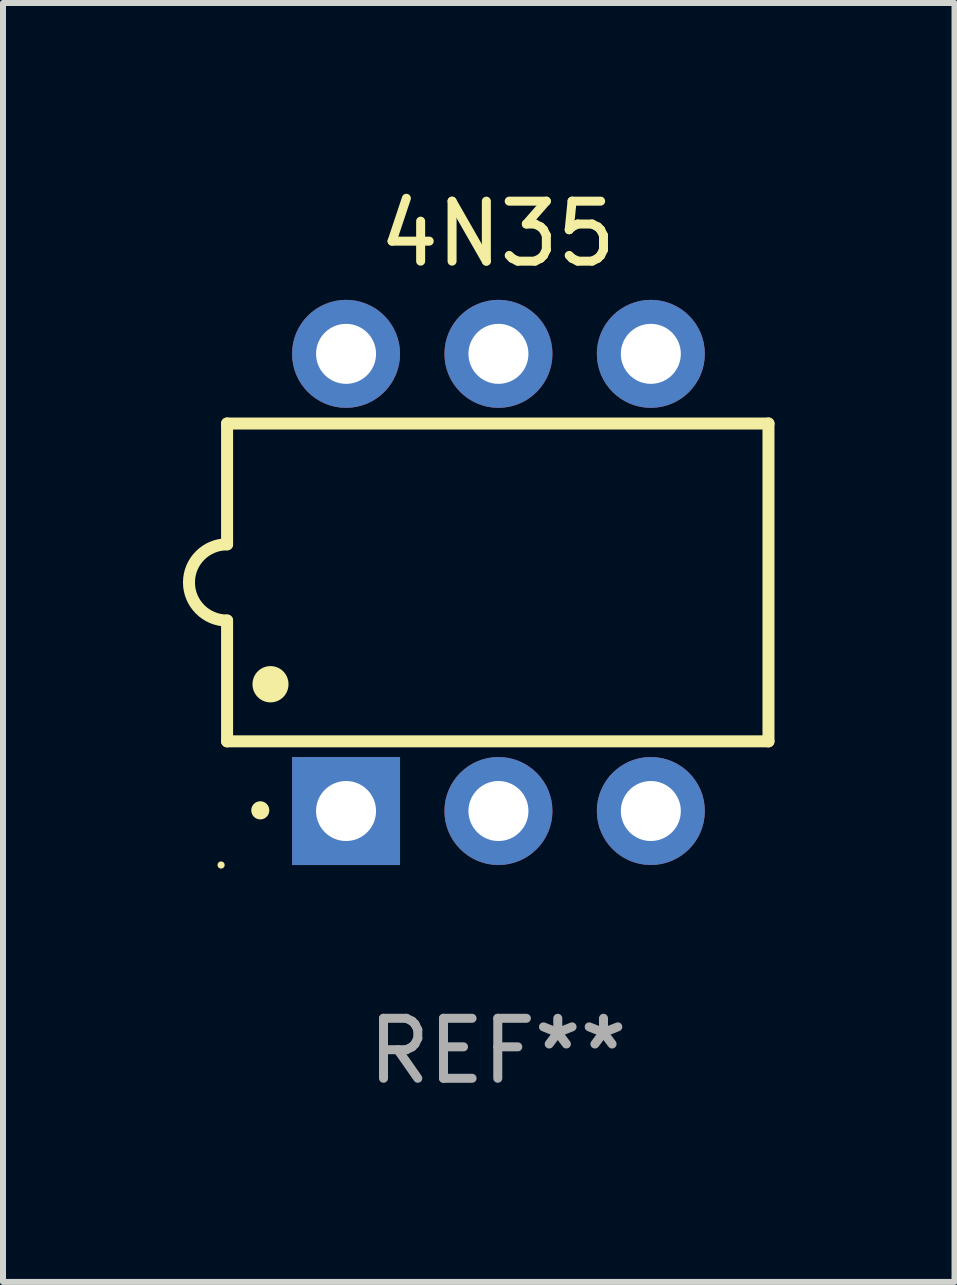
<source format=kicad_pcb>
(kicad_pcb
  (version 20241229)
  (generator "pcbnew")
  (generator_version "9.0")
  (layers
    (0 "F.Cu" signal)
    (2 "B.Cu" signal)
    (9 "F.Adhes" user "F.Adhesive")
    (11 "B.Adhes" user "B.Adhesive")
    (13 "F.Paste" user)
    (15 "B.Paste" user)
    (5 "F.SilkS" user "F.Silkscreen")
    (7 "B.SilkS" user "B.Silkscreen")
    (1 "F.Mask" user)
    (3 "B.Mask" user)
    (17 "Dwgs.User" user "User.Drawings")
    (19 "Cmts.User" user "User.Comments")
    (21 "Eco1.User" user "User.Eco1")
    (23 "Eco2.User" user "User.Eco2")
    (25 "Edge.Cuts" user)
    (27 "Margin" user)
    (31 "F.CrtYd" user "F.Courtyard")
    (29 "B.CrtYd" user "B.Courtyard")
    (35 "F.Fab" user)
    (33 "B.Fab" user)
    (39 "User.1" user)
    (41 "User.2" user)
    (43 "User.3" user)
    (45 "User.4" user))
  (footprint "4N35"
    (layer "F.Cu")
    (at 5.247 6.658)
    (property "Reference" "4N35" (at 0 -5.81 0) (layer "F.SilkS") (effects (font (size 1 1) (thickness 0.15))))
    (attr through_hole)
    (fp_line (start -4.512 -2.649) (end 4.512 -2.649) (stroke (width 0.2) (type solid)) (layer "F.SilkS"))
    (fp_line (start -4.512 -0.635) (end -4.512 -2.649) (stroke (width 0.2) (type solid)) (layer "F.SilkS"))
    (fp_line (start -4.512 2.649) (end -4.512 0.635) (stroke (width 0.2) (type solid)) (layer "F.SilkS"))
    (fp_line (start 4.512 -2.649) (end 4.512 2.649) (stroke (width 0.2) (type solid)) (layer "F.SilkS"))
    (fp_line (start 4.512 2.649) (end -4.512 2.649) (stroke (width 0.2) (type solid)) (layer "F.SilkS"))
    (fp_arc (start -4.512319 0.635001) (mid -5.14732 0) (end -4.512319 -0.635001) (stroke (width 0.2) (type solid)) (layer "F.SilkS"))
    (fp_arc (start -3.958598 3.799848) (mid -3.958603 3.798578) (end -3.958598 3.797308) (stroke (width 0.3) (type solid)) (layer "F.SilkS"))
    (fp_arc (start -3.788418 1.699263) (mid -3.788429 1.696723) (end -3.788418 1.694183) (stroke (width 0.6) (type solid)) (layer "F.SilkS"))
    (fp_circle (center -4.612 4.71) (end -4.582 4.71) (stroke (width 0.06) (type solid)) (fill no) (layer "F.SilkS"))
    (fp_text user "REF**" (at 0 7.81 0) (layer "F.Fab") (effects (font (size 1 1) (thickness 0.15))))
    (pad "1" thru_hole rect (at -2.529 3.81 90) (size 1.8 1.8) (drill 1) (layers "*.Cu" "*.Mask"))
    (pad "2" thru_hole circle (at 0.011 3.81) (size 1.8 1.8) (drill 1) (layers "*.Cu" "*.Mask"))
    (pad "3" thru_hole circle (at 2.551 3.81) (size 1.8 1.8) (drill 1) (layers "*.Cu" "*.Mask"))
    (pad "4" thru_hole circle (at 2.551 -3.81) (size 1.8 1.8) (drill 1) (layers "*.Cu" "*.Mask"))
    (pad "5" thru_hole circle (at 0.011 -3.81) (size 1.8 1.8) (drill 1) (layers "*.Cu" "*.Mask"))
    (pad "6" thru_hole circle (at -2.529 -3.81) (size 1.8 1.8) (drill 1) (layers "*.Cu" "*.Mask")))
  (gr_rect
    (start -3 -3)
    (end 12.86 18.317)
    (stroke (width 0.1) (type default))
    (fill no)
    (layer "Edge.Cuts")))
</source>
